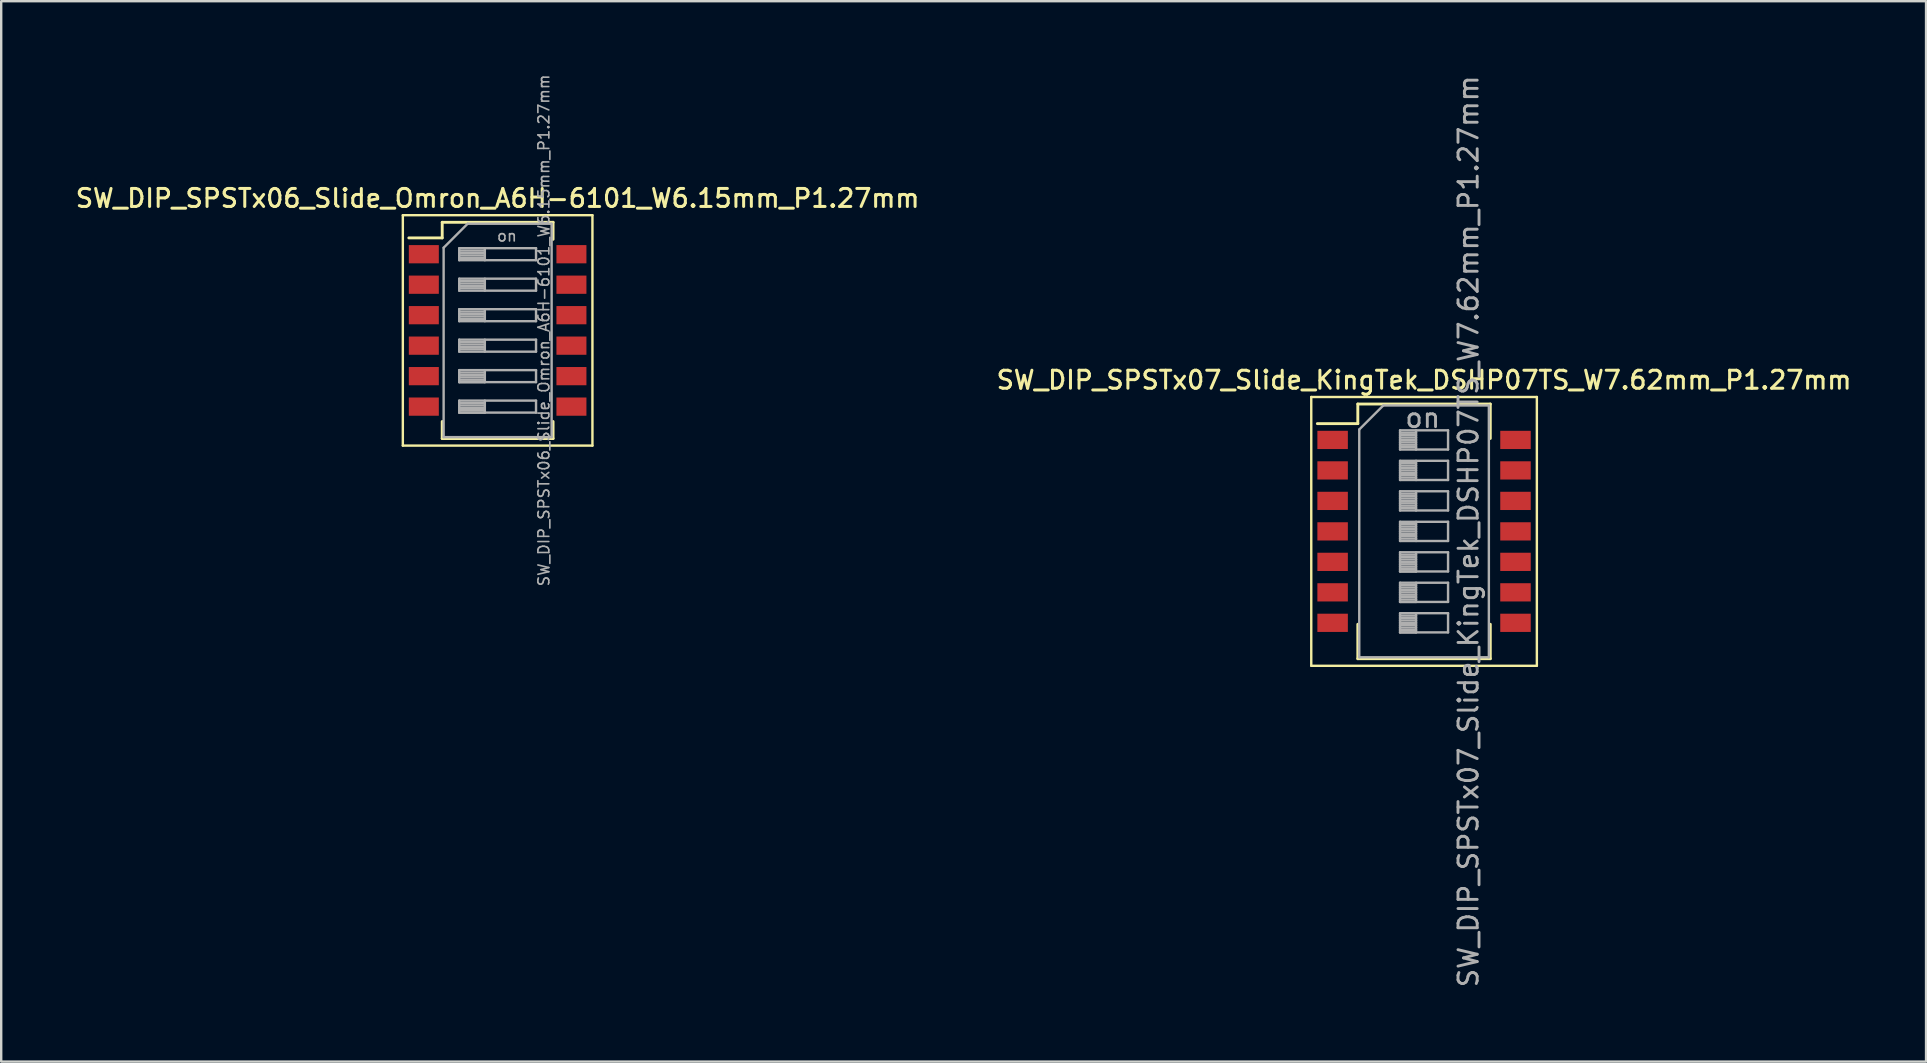
<source format=kicad_pcb>
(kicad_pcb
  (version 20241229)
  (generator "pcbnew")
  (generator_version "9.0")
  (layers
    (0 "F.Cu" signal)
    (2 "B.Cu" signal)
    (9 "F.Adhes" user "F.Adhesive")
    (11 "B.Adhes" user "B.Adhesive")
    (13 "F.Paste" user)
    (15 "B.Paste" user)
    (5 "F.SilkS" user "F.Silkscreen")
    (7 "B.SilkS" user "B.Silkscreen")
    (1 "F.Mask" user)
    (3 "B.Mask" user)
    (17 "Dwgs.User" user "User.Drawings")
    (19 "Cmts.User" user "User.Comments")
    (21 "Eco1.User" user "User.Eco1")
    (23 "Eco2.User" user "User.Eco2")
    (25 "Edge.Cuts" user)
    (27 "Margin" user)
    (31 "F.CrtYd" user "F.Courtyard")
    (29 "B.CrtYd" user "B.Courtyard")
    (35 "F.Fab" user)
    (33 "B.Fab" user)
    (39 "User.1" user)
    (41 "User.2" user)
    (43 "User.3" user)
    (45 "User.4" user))
  (footprint "SW_DIP_SPSTx07_Slide_KingTek_DSHP07TS_W7.62mm_P1.27mm"
    (layer "F.Cu")
    (at 56.284 19.09)
    (property "Reference" "SW_DIP_SPSTx07_Slide_KingTek_DSHP07TS_W7.62mm_P1.27mm" (at 0 -6.305 0) (layer "F.SilkS") (effects (font (size 0.75 0.75) (thickness 0.125))))
    (attr smd)
    (fp_line (start -4.7 -5.6) (end -4.7 5.6) (stroke (width 0.1) (type solid)) (layer "F.SilkS"))
    (fp_line (start -4.7 5.6) (end 4.7 5.6) (stroke (width 0.1) (type solid)) (layer "F.SilkS"))
    (fp_line (start -4.446 -4.49) (end -2.76 -4.49) (stroke (width 0.12) (type solid)) (layer "F.SilkS"))
    (fp_line (start -2.76 -5.306) (end -2.76 -4.49) (stroke (width 0.12) (type solid)) (layer "F.SilkS"))
    (fp_line (start -2.76 -5.306) (end 2.76 -5.306) (stroke (width 0.12) (type solid)) (layer "F.SilkS"))
    (fp_line (start -2.76 3.87) (end -2.76 5.305) (stroke (width 0.12) (type solid)) (layer "F.SilkS"))
    (fp_line (start -2.76 5.305) (end 2.76 5.305) (stroke (width 0.12) (type solid)) (layer "F.SilkS"))
    (fp_line (start 2.76 -5.306) (end 2.76 -3.871) (stroke (width 0.12) (type solid)) (layer "F.SilkS"))
    (fp_line (start 2.76 3.87) (end 2.76 5.305) (stroke (width 0.12) (type solid)) (layer "F.SilkS"))
    (fp_line (start 4.7 -5.6) (end -4.7 -5.6) (stroke (width 0.1) (type solid)) (layer "F.SilkS"))
    (fp_line (start 4.7 5.6) (end 4.7 -5.6) (stroke (width 0.1) (type solid)) (layer "F.SilkS"))
    (fp_line (start -2.7 -4.245) (end -1.7 -5.245) (stroke (width 0.1) (type solid)) (layer "F.Fab"))
    (fp_line (start -2.7 5.245) (end -2.7 -4.245) (stroke (width 0.1) (type solid)) (layer "F.Fab"))
    (fp_line (start -1.7 -5.245) (end 2.7 -5.245) (stroke (width 0.1) (type solid)) (layer "F.Fab"))
    (fp_line (start -1 -4.21) (end -1 -3.41) (stroke (width 0.1) (type solid)) (layer "F.Fab"))
    (fp_line (start -1 -4.11) (end -0.333 -4.11) (stroke (width 0.1) (type solid)) (layer "F.Fab"))
    (fp_line (start -1 -4.01) (end -0.333 -4.01) (stroke (width 0.1) (type solid)) (layer "F.Fab"))
    (fp_line (start -1 -3.91) (end -0.333 -3.91) (stroke (width 0.1) (type solid)) (layer "F.Fab"))
    (fp_line (start -1 -3.81) (end -0.333 -3.81) (stroke (width 0.1) (type solid)) (layer "F.Fab"))
    (fp_line (start -1 -3.71) (end -0.333 -3.71) (stroke (width 0.1) (type solid)) (layer "F.Fab"))
    (fp_line (start -1 -3.61) (end -0.333 -3.61) (stroke (width 0.1) (type solid)) (layer "F.Fab"))
    (fp_line (start -1 -3.51) (end -0.333 -3.51) (stroke (width 0.1) (type solid)) (layer "F.Fab"))
    (fp_line (start -1 -3.41) (end 1 -3.41) (stroke (width 0.1) (type solid)) (layer "F.Fab"))
    (fp_line (start -1 -2.94) (end -1 -2.14) (stroke (width 0.1) (type solid)) (layer "F.Fab"))
    (fp_line (start -1 -2.84) (end -0.333 -2.84) (stroke (width 0.1) (type solid)) (layer "F.Fab"))
    (fp_line (start -1 -2.74) (end -0.333 -2.74) (stroke (width 0.1) (type solid)) (layer "F.Fab"))
    (fp_line (start -1 -2.64) (end -0.333 -2.64) (stroke (width 0.1) (type solid)) (layer "F.Fab"))
    (fp_line (start -1 -2.54) (end -0.333 -2.54) (stroke (width 0.1) (type solid)) (layer "F.Fab"))
    (fp_line (start -1 -2.44) (end -0.333 -2.44) (stroke (width 0.1) (type solid)) (layer "F.Fab"))
    (fp_line (start -1 -2.34) (end -0.333 -2.34) (stroke (width 0.1) (type solid)) (layer "F.Fab"))
    (fp_line (start -1 -2.24) (end -0.333 -2.24) (stroke (width 0.1) (type solid)) (layer "F.Fab"))
    (fp_line (start -1 -2.14) (end 1 -2.14) (stroke (width 0.1) (type solid)) (layer "F.Fab"))
    (fp_line (start -1 -1.67) (end -1 -0.87) (stroke (width 0.1) (type solid)) (layer "F.Fab"))
    (fp_line (start -1 -1.57) (end -0.333 -1.57) (stroke (width 0.1) (type solid)) (layer "F.Fab"))
    (fp_line (start -1 -1.47) (end -0.333 -1.47) (stroke (width 0.1) (type solid)) (layer "F.Fab"))
    (fp_line (start -1 -1.37) (end -0.333 -1.37) (stroke (width 0.1) (type solid)) (layer "F.Fab"))
    (fp_line (start -1 -1.27) (end -0.333 -1.27) (stroke (width 0.1) (type solid)) (layer "F.Fab"))
    (fp_line (start -1 -1.17) (end -0.333 -1.17) (stroke (width 0.1) (type solid)) (layer "F.Fab"))
    (fp_line (start -1 -1.07) (end -0.333 -1.07) (stroke (width 0.1) (type solid)) (layer "F.Fab"))
    (fp_line (start -1 -0.97) (end -0.333 -0.97) (stroke (width 0.1) (type solid)) (layer "F.Fab"))
    (fp_line (start -1 -0.87) (end 1 -0.87) (stroke (width 0.1) (type solid)) (layer "F.Fab"))
    (fp_line (start -1 -0.4) (end -1 0.4) (stroke (width 0.1) (type solid)) (layer "F.Fab"))
    (fp_line (start -1 -0.3) (end -0.333 -0.3) (stroke (width 0.1) (type solid)) (layer "F.Fab"))
    (fp_line (start -1 -0.2) (end -0.333 -0.2) (stroke (width 0.1) (type solid)) (layer "F.Fab"))
    (fp_line (start -1 -0.1) (end -0.333 -0.1) (stroke (width 0.1) (type solid)) (layer "F.Fab"))
    (fp_line (start -1 0) (end -0.333 0) (stroke (width 0.1) (type solid)) (layer "F.Fab"))
    (fp_line (start -1 0.1) (end -0.333 0.1) (stroke (width 0.1) (type solid)) (layer "F.Fab"))
    (fp_line (start -1 0.2) (end -0.333 0.2) (stroke (width 0.1) (type solid)) (layer "F.Fab"))
    (fp_line (start -1 0.3) (end -0.333 0.3) (stroke (width 0.1) (type solid)) (layer "F.Fab"))
    (fp_line (start -1 0.4) (end 1 0.4) (stroke (width 0.1) (type solid)) (layer "F.Fab"))
    (fp_line (start -1 0.87) (end -1 1.67) (stroke (width 0.1) (type solid)) (layer "F.Fab"))
    (fp_line (start -1 0.97) (end -0.333 0.97) (stroke (width 0.1) (type solid)) (layer "F.Fab"))
    (fp_line (start -1 1.07) (end -0.333 1.07) (stroke (width 0.1) (type solid)) (layer "F.Fab"))
    (fp_line (start -1 1.17) (end -0.333 1.17) (stroke (width 0.1) (type solid)) (layer "F.Fab"))
    (fp_line (start -1 1.27) (end -0.333 1.27) (stroke (width 0.1) (type solid)) (layer "F.Fab"))
    (fp_line (start -1 1.37) (end -0.333 1.37) (stroke (width 0.1) (type solid)) (layer "F.Fab"))
    (fp_line (start -1 1.47) (end -0.333 1.47) (stroke (width 0.1) (type solid)) (layer "F.Fab"))
    (fp_line (start -1 1.57) (end -0.333 1.57) (stroke (width 0.1) (type solid)) (layer "F.Fab"))
    (fp_line (start -1 1.67) (end -0.333 1.67) (stroke (width 0.1) (type solid)) (layer "F.Fab"))
    (fp_line (start -1 1.67) (end 1 1.67) (stroke (width 0.1) (type solid)) (layer "F.Fab"))
    (fp_line (start -1 2.14) (end -1 2.94) (stroke (width 0.1) (type solid)) (layer "F.Fab"))
    (fp_line (start -1 2.24) (end -0.333 2.24) (stroke (width 0.1) (type solid)) (layer "F.Fab"))
    (fp_line (start -1 2.34) (end -0.333 2.34) (stroke (width 0.1) (type solid)) (layer "F.Fab"))
    (fp_line (start -1 2.44) (end -0.333 2.44) (stroke (width 0.1) (type solid)) (layer "F.Fab"))
    (fp_line (start -1 2.54) (end -0.333 2.54) (stroke (width 0.1) (type solid)) (layer "F.Fab"))
    (fp_line (start -1 2.64) (end -0.333 2.64) (stroke (width 0.1) (type solid)) (layer "F.Fab"))
    (fp_line (start -1 2.74) (end -0.333 2.74) (stroke (width 0.1) (type solid)) (layer "F.Fab"))
    (fp_line (start -1 2.84) (end -0.333 2.84) (stroke (width 0.1) (type solid)) (layer "F.Fab"))
    (fp_line (start -1 2.94) (end -0.333 2.94) (stroke (width 0.1) (type solid)) (layer "F.Fab"))
    (fp_line (start -1 2.94) (end 1 2.94) (stroke (width 0.1) (type solid)) (layer "F.Fab"))
    (fp_line (start -1 3.41) (end -1 4.21) (stroke (width 0.1) (type solid)) (layer "F.Fab"))
    (fp_line (start -1 3.51) (end -0.333 3.51) (stroke (width 0.1) (type solid)) (layer "F.Fab"))
    (fp_line (start -1 3.61) (end -0.333 3.61) (stroke (width 0.1) (type solid)) (layer "F.Fab"))
    (fp_line (start -1 3.71) (end -0.333 3.71) (stroke (width 0.1) (type solid)) (layer "F.Fab"))
    (fp_line (start -1 3.81) (end -0.333 3.81) (stroke (width 0.1) (type solid)) (layer "F.Fab"))
    (fp_line (start -1 3.91) (end -0.333 3.91) (stroke (width 0.1) (type solid)) (layer "F.Fab"))
    (fp_line (start -1 4.01) (end -0.333 4.01) (stroke (width 0.1) (type solid)) (layer "F.Fab"))
    (fp_line (start -1 4.11) (end -0.333 4.11) (stroke (width 0.1) (type solid)) (layer "F.Fab"))
    (fp_line (start -1 4.21) (end -0.333 4.21) (stroke (width 0.1) (type solid)) (layer "F.Fab"))
    (fp_line (start -1 4.21) (end 1 4.21) (stroke (width 0.1) (type solid)) (layer "F.Fab"))
    (fp_line (start -0.333 -4.21) (end -0.333 -3.41) (stroke (width 0.1) (type solid)) (layer "F.Fab"))
    (fp_line (start -0.333 -2.94) (end -0.333 -2.14) (stroke (width 0.1) (type solid)) (layer "F.Fab"))
    (fp_line (start -0.333 -1.67) (end -0.333 -0.87) (stroke (width 0.1) (type solid)) (layer "F.Fab"))
    (fp_line (start -0.333 -0.4) (end -0.333 0.4) (stroke (width 0.1) (type solid)) (layer "F.Fab"))
    (fp_line (start -0.333 0.87) (end -0.333 1.67) (stroke (width 0.1) (type solid)) (layer "F.Fab"))
    (fp_line (start -0.333 2.14) (end -0.333 2.94) (stroke (width 0.1) (type solid)) (layer "F.Fab"))
    (fp_line (start -0.333 3.41) (end -0.333 4.21) (stroke (width 0.1) (type solid)) (layer "F.Fab"))
    (fp_line (start 1 -4.21) (end -1 -4.21) (stroke (width 0.1) (type solid)) (layer "F.Fab"))
    (fp_line (start 1 -3.41) (end 1 -4.21) (stroke (width 0.1) (type solid)) (layer "F.Fab"))
    (fp_line (start 1 -2.94) (end -1 -2.94) (stroke (width 0.1) (type solid)) (layer "F.Fab"))
    (fp_line (start 1 -2.14) (end 1 -2.94) (stroke (width 0.1) (type solid)) (layer "F.Fab"))
    (fp_line (start 1 -1.67) (end -1 -1.67) (stroke (width 0.1) (type solid)) (layer "F.Fab"))
    (fp_line (start 1 -0.87) (end 1 -1.67) (stroke (width 0.1) (type solid)) (layer "F.Fab"))
    (fp_line (start 1 -0.4) (end -1 -0.4) (stroke (width 0.1) (type solid)) (layer "F.Fab"))
    (fp_line (start 1 0.4) (end 1 -0.4) (stroke (width 0.1) (type solid)) (layer "F.Fab"))
    (fp_line (start 1 0.87) (end -1 0.87) (stroke (width 0.1) (type solid)) (layer "F.Fab"))
    (fp_line (start 1 1.67) (end 1 0.87) (stroke (width 0.1) (type solid)) (layer "F.Fab"))
    (fp_line (start 1 2.14) (end -1 2.14) (stroke (width 0.1) (type solid)) (layer "F.Fab"))
    (fp_line (start 1 2.94) (end 1 2.14) (stroke (width 0.1) (type solid)) (layer "F.Fab"))
    (fp_line (start 1 3.41) (end -1 3.41) (stroke (width 0.1) (type solid)) (layer "F.Fab"))
    (fp_line (start 1 4.21) (end 1 3.41) (stroke (width 0.1) (type solid)) (layer "F.Fab"))
    (fp_line (start 2.7 -5.245) (end 2.7 5.245) (stroke (width 0.1) (type solid)) (layer "F.Fab"))
    (fp_line (start 2.7 5.245) (end -2.7 5.245) (stroke (width 0.1) (type solid)) (layer "F.Fab"))
    (fp_text user "${REFERENCE}" (at 1.85 0 90) (layer "F.Fab") (effects (font (size 0.8 0.8) (thickness 0.12))))
    (fp_text user "on" (at -0.055 -4.728 0) (layer "F.Fab") (effects (font (size 0.8 0.8) (thickness 0.12))))
    (pad "1" smd rect (at -3.81 -3.81) (size 1.27 0.76) (layers "F.Cu" "F.Mask" "F.Paste"))
    (pad "2" smd rect (at -3.81 -2.54) (size 1.27 0.76) (layers "F.Cu" "F.Mask" "F.Paste"))
    (pad "3" smd rect (at -3.81 -1.27) (size 1.27 0.76) (layers "F.Cu" "F.Mask" "F.Paste"))
    (pad "4" smd rect (at -3.81 0) (size 1.27 0.76) (layers "F.Cu" "F.Mask" "F.Paste"))
    (pad "5" smd rect (at -3.81 1.27) (size 1.27 0.76) (layers "F.Cu" "F.Mask" "F.Paste"))
    (pad "6" smd rect (at -3.81 2.54) (size 1.27 0.76) (layers "F.Cu" "F.Mask" "F.Paste"))
    (pad "7" smd rect (at -3.81 3.81) (size 1.27 0.76) (layers "F.Cu" "F.Mask" "F.Paste"))
    (pad "8" smd rect (at 3.81 3.81) (size 1.27 0.76) (layers "F.Cu" "F.Mask" "F.Paste"))
    (pad "9" smd rect (at 3.81 2.54) (size 1.27 0.76) (layers "F.Cu" "F.Mask" "F.Paste"))
    (pad "10" smd rect (at 3.81 1.27) (size 1.27 0.76) (layers "F.Cu" "F.Mask" "F.Paste"))
    (pad "11" smd rect (at 3.81 0) (size 1.27 0.76) (layers "F.Cu" "F.Mask" "F.Paste"))
    (pad "12" smd rect (at 3.81 -1.27) (size 1.27 0.76) (layers "F.Cu" "F.Mask" "F.Paste"))
    (pad "13" smd rect (at 3.81 -2.54) (size 1.27 0.76) (layers "F.Cu" "F.Mask" "F.Paste"))
    (pad "14" smd rect (at 3.81 -3.81) (size 1.27 0.76) (layers "F.Cu" "F.Mask" "F.Paste")))
  (footprint "SW_DIP_SPSTx06_Slide_Omron_A6H-6101_W6.15mm_P1.27mm"
    (layer "F.Cu")
    (at 17.684 10.717)
    (property "Reference" "SW_DIP_SPSTx06_Slide_Omron_A6H-6101_W6.15mm_P1.27mm" (at 0 -5.505 0) (layer "F.SilkS") (effects (font (size 0.75 0.75) (thickness 0.125))))
    (attr smd)
    (fp_line (start -3.95 -4.8) (end -3.95 4.8) (stroke (width 0.1) (type solid)) (layer "F.SilkS"))
    (fp_line (start -3.95 4.8) (end 3.95 4.8) (stroke (width 0.1) (type solid)) (layer "F.SilkS"))
    (fp_line (start -3.7 -3.855) (end -2.309 -3.855) (stroke (width 0.12) (type solid)) (layer "F.SilkS"))
    (fp_line (start -2.309 -4.505) (end -2.309 -3.855) (stroke (width 0.12) (type solid)) (layer "F.SilkS"))
    (fp_line (start -2.309 -4.505) (end 2.31 -4.505) (stroke (width 0.12) (type solid)) (layer "F.SilkS"))
    (fp_line (start -2.309 3.795) (end -2.309 4.505) (stroke (width 0.12) (type solid)) (layer "F.SilkS"))
    (fp_line (start -2.309 4.505) (end 2.31 4.505) (stroke (width 0.12) (type solid)) (layer "F.SilkS"))
    (fp_line (start 2.31 -4.505) (end 2.31 -3.795) (stroke (width 0.12) (type solid)) (layer "F.SilkS"))
    (fp_line (start 2.31 3.795) (end 2.31 4.505) (stroke (width 0.12) (type solid)) (layer "F.SilkS"))
    (fp_line (start 3.95 -4.8) (end -3.95 -4.8) (stroke (width 0.1) (type solid)) (layer "F.SilkS"))
    (fp_line (start 3.95 4.8) (end 3.95 -4.8) (stroke (width 0.1) (type solid)) (layer "F.SilkS"))
    (fp_line (start -2.25 -3.445) (end -1.25 -4.445) (stroke (width 0.1) (type solid)) (layer "F.Fab"))
    (fp_line (start -2.25 4.445) (end -2.25 -3.445) (stroke (width 0.1) (type solid)) (layer "F.Fab"))
    (fp_line (start -1.6 -3.425) (end -1.6 -2.925) (stroke (width 0.1) (type solid)) (layer "F.Fab"))
    (fp_line (start -1.6 -3.325) (end -0.533 -3.325) (stroke (width 0.1) (type solid)) (layer "F.Fab"))
    (fp_line (start -1.6 -3.225) (end -0.533 -3.225) (stroke (width 0.1) (type solid)) (layer "F.Fab"))
    (fp_line (start -1.6 -3.125) (end -0.533 -3.125) (stroke (width 0.1) (type solid)) (layer "F.Fab"))
    (fp_line (start -1.6 -3.025) (end -0.533 -3.025) (stroke (width 0.1) (type solid)) (layer "F.Fab"))
    (fp_line (start -1.6 -2.925) (end 1.6 -2.925) (stroke (width 0.1) (type solid)) (layer "F.Fab"))
    (fp_line (start -1.6 -2.155) (end -1.6 -1.655) (stroke (width 0.1) (type solid)) (layer "F.Fab"))
    (fp_line (start -1.6 -2.055) (end -0.533 -2.055) (stroke (width 0.1) (type solid)) (layer "F.Fab"))
    (fp_line (start -1.6 -1.955) (end -0.533 -1.955) (stroke (width 0.1) (type solid)) (layer "F.Fab"))
    (fp_line (start -1.6 -1.855) (end -0.533 -1.855) (stroke (width 0.1) (type solid)) (layer "F.Fab"))
    (fp_line (start -1.6 -1.755) (end -0.533 -1.755) (stroke (width 0.1) (type solid)) (layer "F.Fab"))
    (fp_line (start -1.6 -1.655) (end 1.6 -1.655) (stroke (width 0.1) (type solid)) (layer "F.Fab"))
    (fp_line (start -1.6 -0.885) (end -1.6 -0.385) (stroke (width 0.1) (type solid)) (layer "F.Fab"))
    (fp_line (start -1.6 -0.785) (end -0.533 -0.785) (stroke (width 0.1) (type solid)) (layer "F.Fab"))
    (fp_line (start -1.6 -0.685) (end -0.533 -0.685) (stroke (width 0.1) (type solid)) (layer "F.Fab"))
    (fp_line (start -1.6 -0.585) (end -0.533 -0.585) (stroke (width 0.1) (type solid)) (layer "F.Fab"))
    (fp_line (start -1.6 -0.485) (end -0.533 -0.485) (stroke (width 0.1) (type solid)) (layer "F.Fab"))
    (fp_line (start -1.6 -0.385) (end 1.6 -0.385) (stroke (width 0.1) (type solid)) (layer "F.Fab"))
    (fp_line (start -1.6 0.385) (end -1.6 0.885) (stroke (width 0.1) (type solid)) (layer "F.Fab"))
    (fp_line (start -1.6 0.485) (end -0.533 0.485) (stroke (width 0.1) (type solid)) (layer "F.Fab"))
    (fp_line (start -1.6 0.585) (end -0.533 0.585) (stroke (width 0.1) (type solid)) (layer "F.Fab"))
    (fp_line (start -1.6 0.685) (end -0.533 0.685) (stroke (width 0.1) (type solid)) (layer "F.Fab"))
    (fp_line (start -1.6 0.785) (end -0.533 0.785) (stroke (width 0.1) (type solid)) (layer "F.Fab"))
    (fp_line (start -1.6 0.885) (end 1.6 0.885) (stroke (width 0.1) (type solid)) (layer "F.Fab"))
    (fp_line (start -1.6 1.655) (end -1.6 2.155) (stroke (width 0.1) (type solid)) (layer "F.Fab"))
    (fp_line (start -1.6 1.755) (end -0.533 1.755) (stroke (width 0.1) (type solid)) (layer "F.Fab"))
    (fp_line (start -1.6 1.855) (end -0.533 1.855) (stroke (width 0.1) (type solid)) (layer "F.Fab"))
    (fp_line (start -1.6 1.955) (end -0.533 1.955) (stroke (width 0.1) (type solid)) (layer "F.Fab"))
    (fp_line (start -1.6 2.055) (end -0.533 2.055) (stroke (width 0.1) (type solid)) (layer "F.Fab"))
    (fp_line (start -1.6 2.155) (end -0.533 2.155) (stroke (width 0.1) (type solid)) (layer "F.Fab"))
    (fp_line (start -1.6 2.155) (end 1.6 2.155) (stroke (width 0.1) (type solid)) (layer "F.Fab"))
    (fp_line (start -1.6 2.925) (end -1.6 3.425) (stroke (width 0.1) (type solid)) (layer "F.Fab"))
    (fp_line (start -1.6 3.025) (end -0.533 3.025) (stroke (width 0.1) (type solid)) (layer "F.Fab"))
    (fp_line (start -1.6 3.125) (end -0.533 3.125) (stroke (width 0.1) (type solid)) (layer "F.Fab"))
    (fp_line (start -1.6 3.225) (end -0.533 3.225) (stroke (width 0.1) (type solid)) (layer "F.Fab"))
    (fp_line (start -1.6 3.325) (end -0.533 3.325) (stroke (width 0.1) (type solid)) (layer "F.Fab"))
    (fp_line (start -1.6 3.425) (end -0.533 3.425) (stroke (width 0.1) (type solid)) (layer "F.Fab"))
    (fp_line (start -1.6 3.425) (end 1.6 3.425) (stroke (width 0.1) (type solid)) (layer "F.Fab"))
    (fp_line (start -1.25 -4.445) (end 2.25 -4.445) (stroke (width 0.1) (type solid)) (layer "F.Fab"))
    (fp_line (start -0.533 -3.425) (end -0.533 -2.925) (stroke (width 0.1) (type solid)) (layer "F.Fab"))
    (fp_line (start -0.533 -2.155) (end -0.533 -1.655) (stroke (width 0.1) (type solid)) (layer "F.Fab"))
    (fp_line (start -0.533 -0.885) (end -0.533 -0.385) (stroke (width 0.1) (type solid)) (layer "F.Fab"))
    (fp_line (start -0.533 0.385) (end -0.533 0.885) (stroke (width 0.1) (type solid)) (layer "F.Fab"))
    (fp_line (start -0.533 1.655) (end -0.533 2.155) (stroke (width 0.1) (type solid)) (layer "F.Fab"))
    (fp_line (start -0.533 2.925) (end -0.533 3.425) (stroke (width 0.1) (type solid)) (layer "F.Fab"))
    (fp_line (start 1.6 -3.425) (end -1.6 -3.425) (stroke (width 0.1) (type solid)) (layer "F.Fab"))
    (fp_line (start 1.6 -2.925) (end 1.6 -3.425) (stroke (width 0.1) (type solid)) (layer "F.Fab"))
    (fp_line (start 1.6 -2.155) (end -1.6 -2.155) (stroke (width 0.1) (type solid)) (layer "F.Fab"))
    (fp_line (start 1.6 -1.655) (end 1.6 -2.155) (stroke (width 0.1) (type solid)) (layer "F.Fab"))
    (fp_line (start 1.6 -0.885) (end -1.6 -0.885) (stroke (width 0.1) (type solid)) (layer "F.Fab"))
    (fp_line (start 1.6 -0.385) (end 1.6 -0.885) (stroke (width 0.1) (type solid)) (layer "F.Fab"))
    (fp_line (start 1.6 0.385) (end -1.6 0.385) (stroke (width 0.1) (type solid)) (layer "F.Fab"))
    (fp_line (start 1.6 0.885) (end 1.6 0.385) (stroke (width 0.1) (type solid)) (layer "F.Fab"))
    (fp_line (start 1.6 1.655) (end -1.6 1.655) (stroke (width 0.1) (type solid)) (layer "F.Fab"))
    (fp_line (start 1.6 2.155) (end 1.6 1.655) (stroke (width 0.1) (type solid)) (layer "F.Fab"))
    (fp_line (start 1.6 2.925) (end -1.6 2.925) (stroke (width 0.1) (type solid)) (layer "F.Fab"))
    (fp_line (start 1.6 3.425) (end 1.6 2.925) (stroke (width 0.1) (type solid)) (layer "F.Fab"))
    (fp_line (start 2.25 -4.445) (end 2.25 4.445) (stroke (width 0.1) (type solid)) (layer "F.Fab"))
    (fp_line (start 2.25 4.445) (end -2.25 4.445) (stroke (width 0.1) (type solid)) (layer "F.Fab"))
    (fp_text user "on" (at 0.388 -3.935 0) (layer "F.Fab") (effects (font (size 0.455 0.455) (thickness 0.068))))
    (fp_text user "${REFERENCE}" (at 1.925 0 90) (layer "F.Fab") (effects (font (size 0.455 0.455) (thickness 0.068))))
    (pad "1" smd rect (at -3.075 -3.175) (size 1.25 0.76) (layers "F.Cu" "F.Mask" "F.Paste"))
    (pad "2" smd rect (at -3.075 -1.905) (size 1.25 0.76) (layers "F.Cu" "F.Mask" "F.Paste"))
    (pad "3" smd rect (at -3.075 -0.635) (size 1.25 0.76) (layers "F.Cu" "F.Mask" "F.Paste"))
    (pad "4" smd rect (at -3.075 0.635) (size 1.25 0.76) (layers "F.Cu" "F.Mask" "F.Paste"))
    (pad "5" smd rect (at -3.075 1.905) (size 1.25 0.76) (layers "F.Cu" "F.Mask" "F.Paste"))
    (pad "6" smd rect (at -3.075 3.175) (size 1.25 0.76) (layers "F.Cu" "F.Mask" "F.Paste"))
    (pad "7" smd rect (at 3.075 3.175) (size 1.25 0.76) (layers "F.Cu" "F.Mask" "F.Paste"))
    (pad "8" smd rect (at 3.075 1.905) (size 1.25 0.76) (layers "F.Cu" "F.Mask" "F.Paste"))
    (pad "9" smd rect (at 3.075 0.635) (size 1.25 0.76) (layers "F.Cu" "F.Mask" "F.Paste"))
    (pad "10" smd rect (at 3.075 -0.635) (size 1.25 0.76) (layers "F.Cu" "F.Mask" "F.Paste"))
    (pad "11" smd rect (at 3.075 -1.905) (size 1.25 0.76) (layers "F.Cu" "F.Mask" "F.Paste"))
    (pad "12" smd rect (at 3.075 -3.175) (size 1.25 0.76) (layers "F.Cu" "F.Mask" "F.Paste")))
  (gr_rect
    (start -3 -3)
    (end 77.2 41.181)
    (stroke (width 0.1) (type default))
    (fill no)
    (layer "Edge.Cuts")))
</source>
